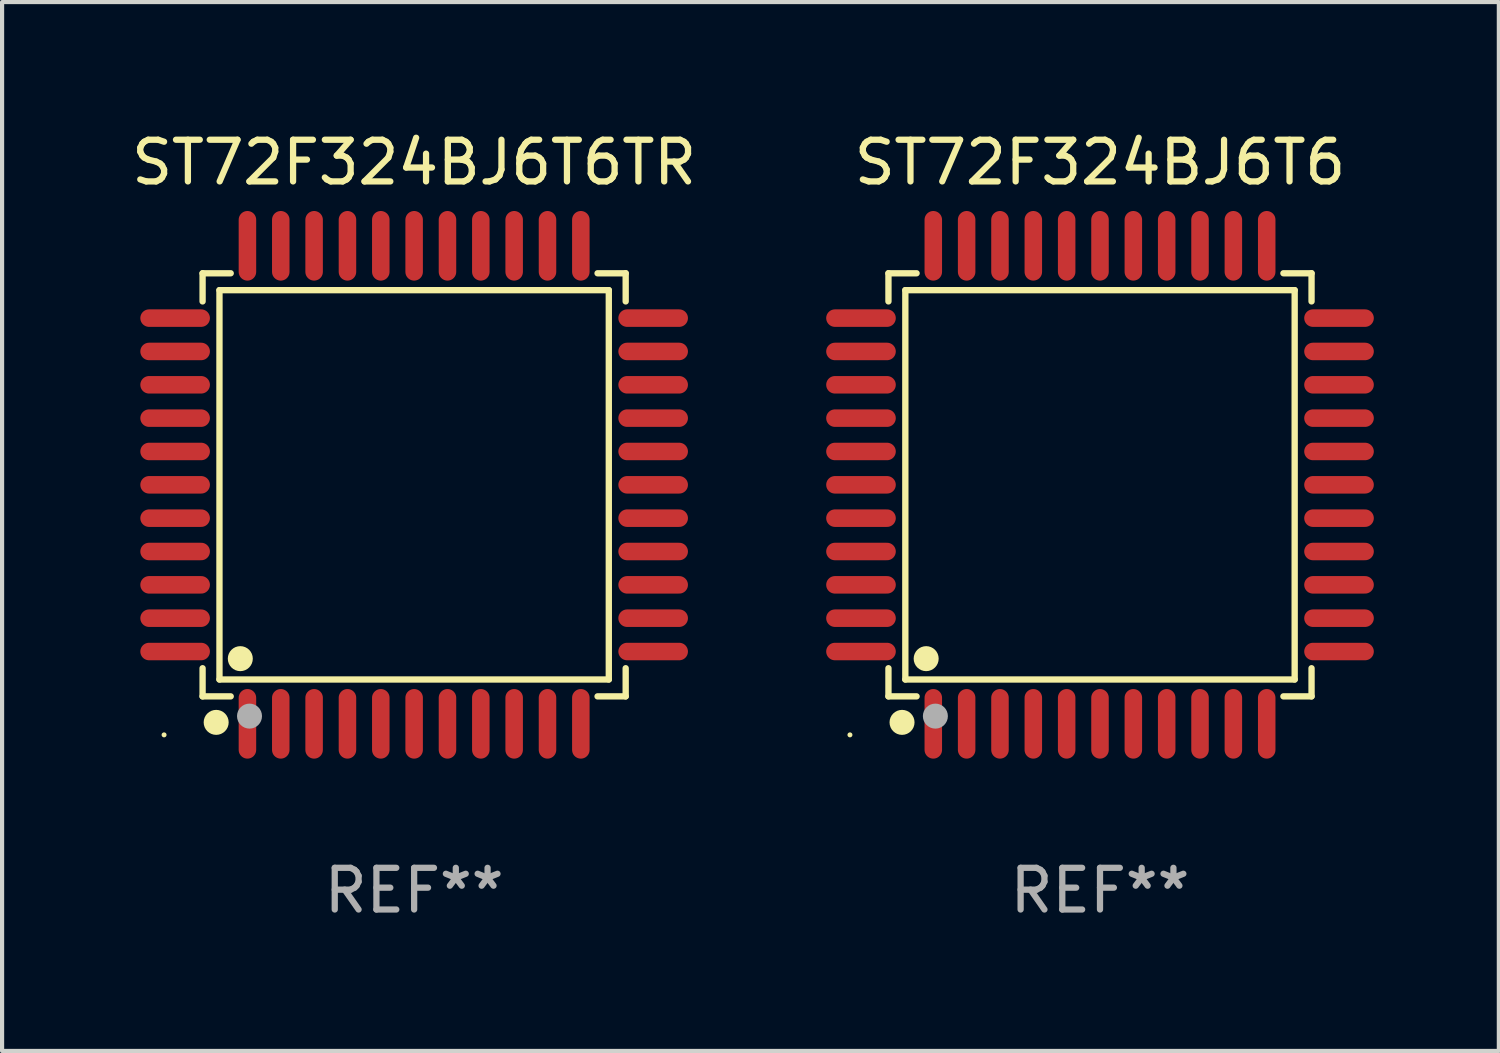
<source format=kicad_pcb>
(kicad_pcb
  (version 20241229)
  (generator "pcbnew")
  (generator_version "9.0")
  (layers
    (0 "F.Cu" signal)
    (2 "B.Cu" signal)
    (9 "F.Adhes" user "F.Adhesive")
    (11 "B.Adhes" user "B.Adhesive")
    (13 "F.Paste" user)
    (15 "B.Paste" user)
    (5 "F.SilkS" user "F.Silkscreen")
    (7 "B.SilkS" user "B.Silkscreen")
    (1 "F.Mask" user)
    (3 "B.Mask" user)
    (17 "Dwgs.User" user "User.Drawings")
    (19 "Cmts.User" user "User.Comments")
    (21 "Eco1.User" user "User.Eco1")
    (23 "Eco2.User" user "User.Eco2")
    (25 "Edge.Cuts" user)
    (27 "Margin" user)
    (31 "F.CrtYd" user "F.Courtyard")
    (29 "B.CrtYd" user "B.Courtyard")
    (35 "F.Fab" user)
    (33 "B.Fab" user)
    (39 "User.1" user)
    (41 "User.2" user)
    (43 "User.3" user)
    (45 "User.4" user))
  (footprint "ST72F324BJ6T6TR"
    (layer "F.Cu")
    (at 6.887 8.583)
    (property "Reference" "ST72F324BJ6T6TR" (at 0 -7.735 0) (layer "F.SilkS") (effects (font (size 1 1) (thickness 0.15))))
    (attr through_hole)
    (fp_line (start -5.076 -5.076) (end -4.401 -5.076) (stroke (width 0.152) (type solid)) (layer "F.SilkS"))
    (fp_line (start -5.076 -4.401) (end -5.076 -5.076) (stroke (width 0.152) (type solid)) (layer "F.SilkS"))
    (fp_line (start -5.076 4.401) (end -5.076 5.076) (stroke (width 0.152) (type solid)) (layer "F.SilkS"))
    (fp_line (start -5.076 5.076) (end -4.401 5.076) (stroke (width 0.152) (type solid)) (layer "F.SilkS"))
    (fp_line (start -4.671 -4.671) (end 4.671 -4.671) (stroke (width 0.152) (type solid)) (layer "F.SilkS"))
    (fp_line (start -4.671 4.671) (end -4.671 -4.671) (stroke (width 0.152) (type solid)) (layer "F.SilkS"))
    (fp_line (start 4.671 -4.671) (end 4.671 4.671) (stroke (width 0.152) (type solid)) (layer "F.SilkS"))
    (fp_line (start 4.671 4.671) (end -4.671 4.671) (stroke (width 0.152) (type solid)) (layer "F.SilkS"))
    (fp_line (start 5.076 -5.076) (end 4.401 -5.076) (stroke (width 0.152) (type solid)) (layer "F.SilkS"))
    (fp_line (start 5.076 -4.401) (end 5.076 -5.076) (stroke (width 0.152) (type solid)) (layer "F.SilkS"))
    (fp_line (start 5.076 4.401) (end 5.076 5.076) (stroke (width 0.152) (type solid)) (layer "F.SilkS"))
    (fp_line (start 5.076 5.076) (end 4.401 5.076) (stroke (width 0.152) (type solid)) (layer "F.SilkS"))
    (fp_circle (center -6 6) (end -5.97 6) (stroke (width 0.06) (type solid)) (fill no) (layer "F.SilkS"))
    (fp_circle (center -4.75 5.7) (end -4.6 5.7) (stroke (width 0.3) (type solid)) (fill no) (layer "F.SilkS"))
    (fp_circle (center -4.171 4.171) (end -4.021 4.171) (stroke (width 0.3) (type solid)) (fill no) (layer "F.SilkS"))
    (fp_circle (center -3.95 5.55) (end -3.8 5.55) (stroke (width 0.3) (type solid)) (fill no) (layer "F.Fab"))
    (fp_text user "REF**" (at 0 9.735 0) (layer "F.Fab") (effects (font (size 1 1) (thickness 0.15))))
    (pad "1" smd oval (at -4 5.735) (size 0.42 1.67) (layers "F.Cu" "F.Mask" "F.Paste"))
    (pad "2" smd oval (at -3.2 5.735) (size 0.42 1.67) (layers "F.Cu" "F.Mask" "F.Paste"))
    (pad "3" smd oval (at -2.4 5.735) (size 0.42 1.67) (layers "F.Cu" "F.Mask" "F.Paste"))
    (pad "4" smd oval (at -1.6 5.735) (size 0.42 1.67) (layers "F.Cu" "F.Mask" "F.Paste"))
    (pad "5" smd oval (at -0.8 5.735) (size 0.42 1.67) (layers "F.Cu" "F.Mask" "F.Paste"))
    (pad "6" smd oval (at 0 5.735) (size 0.42 1.67) (layers "F.Cu" "F.Mask" "F.Paste"))
    (pad "7" smd oval (at 0.8 5.735) (size 0.42 1.67) (layers "F.Cu" "F.Mask" "F.Paste"))
    (pad "8" smd oval (at 1.6 5.735) (size 0.42 1.67) (layers "F.Cu" "F.Mask" "F.Paste"))
    (pad "9" smd oval (at 2.4 5.735) (size 0.42 1.67) (layers "F.Cu" "F.Mask" "F.Paste"))
    (pad "10" smd oval (at 3.2 5.735) (size 0.42 1.67) (layers "F.Cu" "F.Mask" "F.Paste"))
    (pad "11" smd oval (at 4 5.735) (size 0.42 1.67) (layers "F.Cu" "F.Mask" "F.Paste"))
    (pad "12" smd oval (at 5.735 4) (size 1.67 0.42) (layers "F.Cu" "F.Mask" "F.Paste"))
    (pad "13" smd oval (at 5.735 3.2) (size 1.67 0.42) (layers "F.Cu" "F.Mask" "F.Paste"))
    (pad "14" smd oval (at 5.735 2.4) (size 1.67 0.42) (layers "F.Cu" "F.Mask" "F.Paste"))
    (pad "15" smd oval (at 5.735 1.6) (size 1.67 0.42) (layers "F.Cu" "F.Mask" "F.Paste"))
    (pad "16" smd oval (at 5.735 0.8) (size 1.67 0.42) (layers "F.Cu" "F.Mask" "F.Paste"))
    (pad "17" smd oval (at 5.735 0) (size 1.67 0.42) (layers "F.Cu" "F.Mask" "F.Paste"))
    (pad "18" smd oval (at 5.735 -0.8) (size 1.67 0.42) (layers "F.Cu" "F.Mask" "F.Paste"))
    (pad "19" smd oval (at 5.735 -1.6) (size 1.67 0.42) (layers "F.Cu" "F.Mask" "F.Paste"))
    (pad "20" smd oval (at 5.735 -2.4) (size 1.67 0.42) (layers "F.Cu" "F.Mask" "F.Paste"))
    (pad "21" smd oval (at 5.735 -3.2) (size 1.67 0.42) (layers "F.Cu" "F.Mask" "F.Paste"))
    (pad "22" smd oval (at 5.735 -4) (size 1.67 0.42) (layers "F.Cu" "F.Mask" "F.Paste"))
    (pad "23" smd oval (at 4 -5.735) (size 0.42 1.67) (layers "F.Cu" "F.Mask" "F.Paste"))
    (pad "24" smd oval (at 3.2 -5.735) (size 0.42 1.67) (layers "F.Cu" "F.Mask" "F.Paste"))
    (pad "25" smd oval (at 2.4 -5.735) (size 0.42 1.67) (layers "F.Cu" "F.Mask" "F.Paste"))
    (pad "26" smd oval (at 1.6 -5.735) (size 0.42 1.67) (layers "F.Cu" "F.Mask" "F.Paste"))
    (pad "27" smd oval (at 0.8 -5.735) (size 0.42 1.67) (layers "F.Cu" "F.Mask" "F.Paste"))
    (pad "28" smd oval (at 0 -5.735) (size 0.42 1.67) (layers "F.Cu" "F.Mask" "F.Paste"))
    (pad "29" smd oval (at -0.8 -5.735) (size 0.42 1.67) (layers "F.Cu" "F.Mask" "F.Paste"))
    (pad "30" smd oval (at -1.6 -5.735) (size 0.42 1.67) (layers "F.Cu" "F.Mask" "F.Paste"))
    (pad "31" smd oval (at -2.4 -5.735) (size 0.42 1.67) (layers "F.Cu" "F.Mask" "F.Paste"))
    (pad "32" smd oval (at -3.2 -5.735) (size 0.42 1.67) (layers "F.Cu" "F.Mask" "F.Paste"))
    (pad "33" smd oval (at -4 -5.735) (size 0.42 1.67) (layers "F.Cu" "F.Mask" "F.Paste"))
    (pad "34" smd oval (at -5.735 -4) (size 1.67 0.42) (layers "F.Cu" "F.Mask" "F.Paste"))
    (pad "35" smd oval (at -5.735 -3.2) (size 1.67 0.42) (layers "F.Cu" "F.Mask" "F.Paste"))
    (pad "36" smd oval (at -5.735 -2.4) (size 1.67 0.42) (layers "F.Cu" "F.Mask" "F.Paste"))
    (pad "37" smd oval (at -5.735 -1.6) (size 1.67 0.42) (layers "F.Cu" "F.Mask" "F.Paste"))
    (pad "38" smd oval (at -5.735 -0.8) (size 1.67 0.42) (layers "F.Cu" "F.Mask" "F.Paste"))
    (pad "39" smd oval (at -5.735 0) (size 1.67 0.42) (layers "F.Cu" "F.Mask" "F.Paste"))
    (pad "40" smd oval (at -5.735 0.8) (size 1.67 0.42) (layers "F.Cu" "F.Mask" "F.Paste"))
    (pad "41" smd oval (at -5.735 1.6) (size 1.67 0.42) (layers "F.Cu" "F.Mask" "F.Paste"))
    (pad "42" smd oval (at -5.735 2.4) (size 1.67 0.42) (layers "F.Cu" "F.Mask" "F.Paste"))
    (pad "43" smd oval (at -5.735 3.2) (size 1.67 0.42) (layers "F.Cu" "F.Mask" "F.Paste"))
    (pad "44" smd oval (at -5.735 4) (size 1.67 0.42) (layers "F.Cu" "F.Mask" "F.Paste")))
  (footprint "ST72F324BJ6T6"
    (layer "F.Cu")
    (at 23.344 8.583)
    (property "Reference" "ST72F324BJ6T6" (at 0 -7.735 0) (layer "F.SilkS") (effects (font (size 1 1) (thickness 0.15))))
    (attr through_hole)
    (fp_line (start -5.076 -5.076) (end -4.401 -5.076) (stroke (width 0.152) (type solid)) (layer "F.SilkS"))
    (fp_line (start -5.076 -4.401) (end -5.076 -5.076) (stroke (width 0.152) (type solid)) (layer "F.SilkS"))
    (fp_line (start -5.076 4.401) (end -5.076 5.076) (stroke (width 0.152) (type solid)) (layer "F.SilkS"))
    (fp_line (start -5.076 5.076) (end -4.401 5.076) (stroke (width 0.152) (type solid)) (layer "F.SilkS"))
    (fp_line (start -4.671 -4.671) (end 4.671 -4.671) (stroke (width 0.152) (type solid)) (layer "F.SilkS"))
    (fp_line (start -4.671 4.671) (end -4.671 -4.671) (stroke (width 0.152) (type solid)) (layer "F.SilkS"))
    (fp_line (start 4.671 -4.671) (end 4.671 4.671) (stroke (width 0.152) (type solid)) (layer "F.SilkS"))
    (fp_line (start 4.671 4.671) (end -4.671 4.671) (stroke (width 0.152) (type solid)) (layer "F.SilkS"))
    (fp_line (start 5.076 -5.076) (end 4.401 -5.076) (stroke (width 0.152) (type solid)) (layer "F.SilkS"))
    (fp_line (start 5.076 -4.401) (end 5.076 -5.076) (stroke (width 0.152) (type solid)) (layer "F.SilkS"))
    (fp_line (start 5.076 4.401) (end 5.076 5.076) (stroke (width 0.152) (type solid)) (layer "F.SilkS"))
    (fp_line (start 5.076 5.076) (end 4.401 5.076) (stroke (width 0.152) (type solid)) (layer "F.SilkS"))
    (fp_circle (center -6 6) (end -5.97 6) (stroke (width 0.06) (type solid)) (fill no) (layer "F.SilkS"))
    (fp_circle (center -4.75 5.7) (end -4.6 5.7) (stroke (width 0.3) (type solid)) (fill no) (layer "F.SilkS"))
    (fp_circle (center -4.171 4.171) (end -4.021 4.171) (stroke (width 0.3) (type solid)) (fill no) (layer "F.SilkS"))
    (fp_circle (center -3.95 5.55) (end -3.8 5.55) (stroke (width 0.3) (type solid)) (fill no) (layer "F.Fab"))
    (fp_text user "REF**" (at 0 9.735 0) (layer "F.Fab") (effects (font (size 1 1) (thickness 0.15))))
    (pad "1" smd oval (at -4 5.735) (size 0.42 1.67) (layers "F.Cu" "F.Mask" "F.Paste"))
    (pad "2" smd oval (at -3.2 5.735) (size 0.42 1.67) (layers "F.Cu" "F.Mask" "F.Paste"))
    (pad "3" smd oval (at -2.4 5.735) (size 0.42 1.67) (layers "F.Cu" "F.Mask" "F.Paste"))
    (pad "4" smd oval (at -1.6 5.735) (size 0.42 1.67) (layers "F.Cu" "F.Mask" "F.Paste"))
    (pad "5" smd oval (at -0.8 5.735) (size 0.42 1.67) (layers "F.Cu" "F.Mask" "F.Paste"))
    (pad "6" smd oval (at 0 5.735) (size 0.42 1.67) (layers "F.Cu" "F.Mask" "F.Paste"))
    (pad "7" smd oval (at 0.8 5.735) (size 0.42 1.67) (layers "F.Cu" "F.Mask" "F.Paste"))
    (pad "8" smd oval (at 1.6 5.735) (size 0.42 1.67) (layers "F.Cu" "F.Mask" "F.Paste"))
    (pad "9" smd oval (at 2.4 5.735) (size 0.42 1.67) (layers "F.Cu" "F.Mask" "F.Paste"))
    (pad "10" smd oval (at 3.2 5.735) (size 0.42 1.67) (layers "F.Cu" "F.Mask" "F.Paste"))
    (pad "11" smd oval (at 4 5.735) (size 0.42 1.67) (layers "F.Cu" "F.Mask" "F.Paste"))
    (pad "12" smd oval (at 5.735 4) (size 1.67 0.42) (layers "F.Cu" "F.Mask" "F.Paste"))
    (pad "13" smd oval (at 5.735 3.2) (size 1.67 0.42) (layers "F.Cu" "F.Mask" "F.Paste"))
    (pad "14" smd oval (at 5.735 2.4) (size 1.67 0.42) (layers "F.Cu" "F.Mask" "F.Paste"))
    (pad "15" smd oval (at 5.735 1.6) (size 1.67 0.42) (layers "F.Cu" "F.Mask" "F.Paste"))
    (pad "16" smd oval (at 5.735 0.8) (size 1.67 0.42) (layers "F.Cu" "F.Mask" "F.Paste"))
    (pad "17" smd oval (at 5.735 0) (size 1.67 0.42) (layers "F.Cu" "F.Mask" "F.Paste"))
    (pad "18" smd oval (at 5.735 -0.8) (size 1.67 0.42) (layers "F.Cu" "F.Mask" "F.Paste"))
    (pad "19" smd oval (at 5.735 -1.6) (size 1.67 0.42) (layers "F.Cu" "F.Mask" "F.Paste"))
    (pad "20" smd oval (at 5.735 -2.4) (size 1.67 0.42) (layers "F.Cu" "F.Mask" "F.Paste"))
    (pad "21" smd oval (at 5.735 -3.2) (size 1.67 0.42) (layers "F.Cu" "F.Mask" "F.Paste"))
    (pad "22" smd oval (at 5.735 -4) (size 1.67 0.42) (layers "F.Cu" "F.Mask" "F.Paste"))
    (pad "23" smd oval (at 4 -5.735) (size 0.42 1.67) (layers "F.Cu" "F.Mask" "F.Paste"))
    (pad "24" smd oval (at 3.2 -5.735) (size 0.42 1.67) (layers "F.Cu" "F.Mask" "F.Paste"))
    (pad "25" smd oval (at 2.4 -5.735) (size 0.42 1.67) (layers "F.Cu" "F.Mask" "F.Paste"))
    (pad "26" smd oval (at 1.6 -5.735) (size 0.42 1.67) (layers "F.Cu" "F.Mask" "F.Paste"))
    (pad "27" smd oval (at 0.8 -5.735) (size 0.42 1.67) (layers "F.Cu" "F.Mask" "F.Paste"))
    (pad "28" smd oval (at 0 -5.735) (size 0.42 1.67) (layers "F.Cu" "F.Mask" "F.Paste"))
    (pad "29" smd oval (at -0.8 -5.735) (size 0.42 1.67) (layers "F.Cu" "F.Mask" "F.Paste"))
    (pad "30" smd oval (at -1.6 -5.735) (size 0.42 1.67) (layers "F.Cu" "F.Mask" "F.Paste"))
    (pad "31" smd oval (at -2.4 -5.735) (size 0.42 1.67) (layers "F.Cu" "F.Mask" "F.Paste"))
    (pad "32" smd oval (at -3.2 -5.735) (size 0.42 1.67) (layers "F.Cu" "F.Mask" "F.Paste"))
    (pad "33" smd oval (at -4 -5.735) (size 0.42 1.67) (layers "F.Cu" "F.Mask" "F.Paste"))
    (pad "34" smd oval (at -5.735 -4) (size 1.67 0.42) (layers "F.Cu" "F.Mask" "F.Paste"))
    (pad "35" smd oval (at -5.735 -3.2) (size 1.67 0.42) (layers "F.Cu" "F.Mask" "F.Paste"))
    (pad "36" smd oval (at -5.735 -2.4) (size 1.67 0.42) (layers "F.Cu" "F.Mask" "F.Paste"))
    (pad "37" smd oval (at -5.735 -1.6) (size 1.67 0.42) (layers "F.Cu" "F.Mask" "F.Paste"))
    (pad "38" smd oval (at -5.735 -0.8) (size 1.67 0.42) (layers "F.Cu" "F.Mask" "F.Paste"))
    (pad "39" smd oval (at -5.735 0) (size 1.67 0.42) (layers "F.Cu" "F.Mask" "F.Paste"))
    (pad "40" smd oval (at -5.735 0.8) (size 1.67 0.42) (layers "F.Cu" "F.Mask" "F.Paste"))
    (pad "41" smd oval (at -5.735 1.6) (size 1.67 0.42) (layers "F.Cu" "F.Mask" "F.Paste"))
    (pad "42" smd oval (at -5.735 2.4) (size 1.67 0.42) (layers "F.Cu" "F.Mask" "F.Paste"))
    (pad "43" smd oval (at -5.735 3.2) (size 1.67 0.42) (layers "F.Cu" "F.Mask" "F.Paste"))
    (pad "44" smd oval (at -5.735 4) (size 1.67 0.42) (layers "F.Cu" "F.Mask" "F.Paste")))
  (gr_rect
    (start -3 -3)
    (end 32.914 22.167)
    (stroke (width 0.1) (type default))
    (fill no)
    (layer "Edge.Cuts")))
</source>
